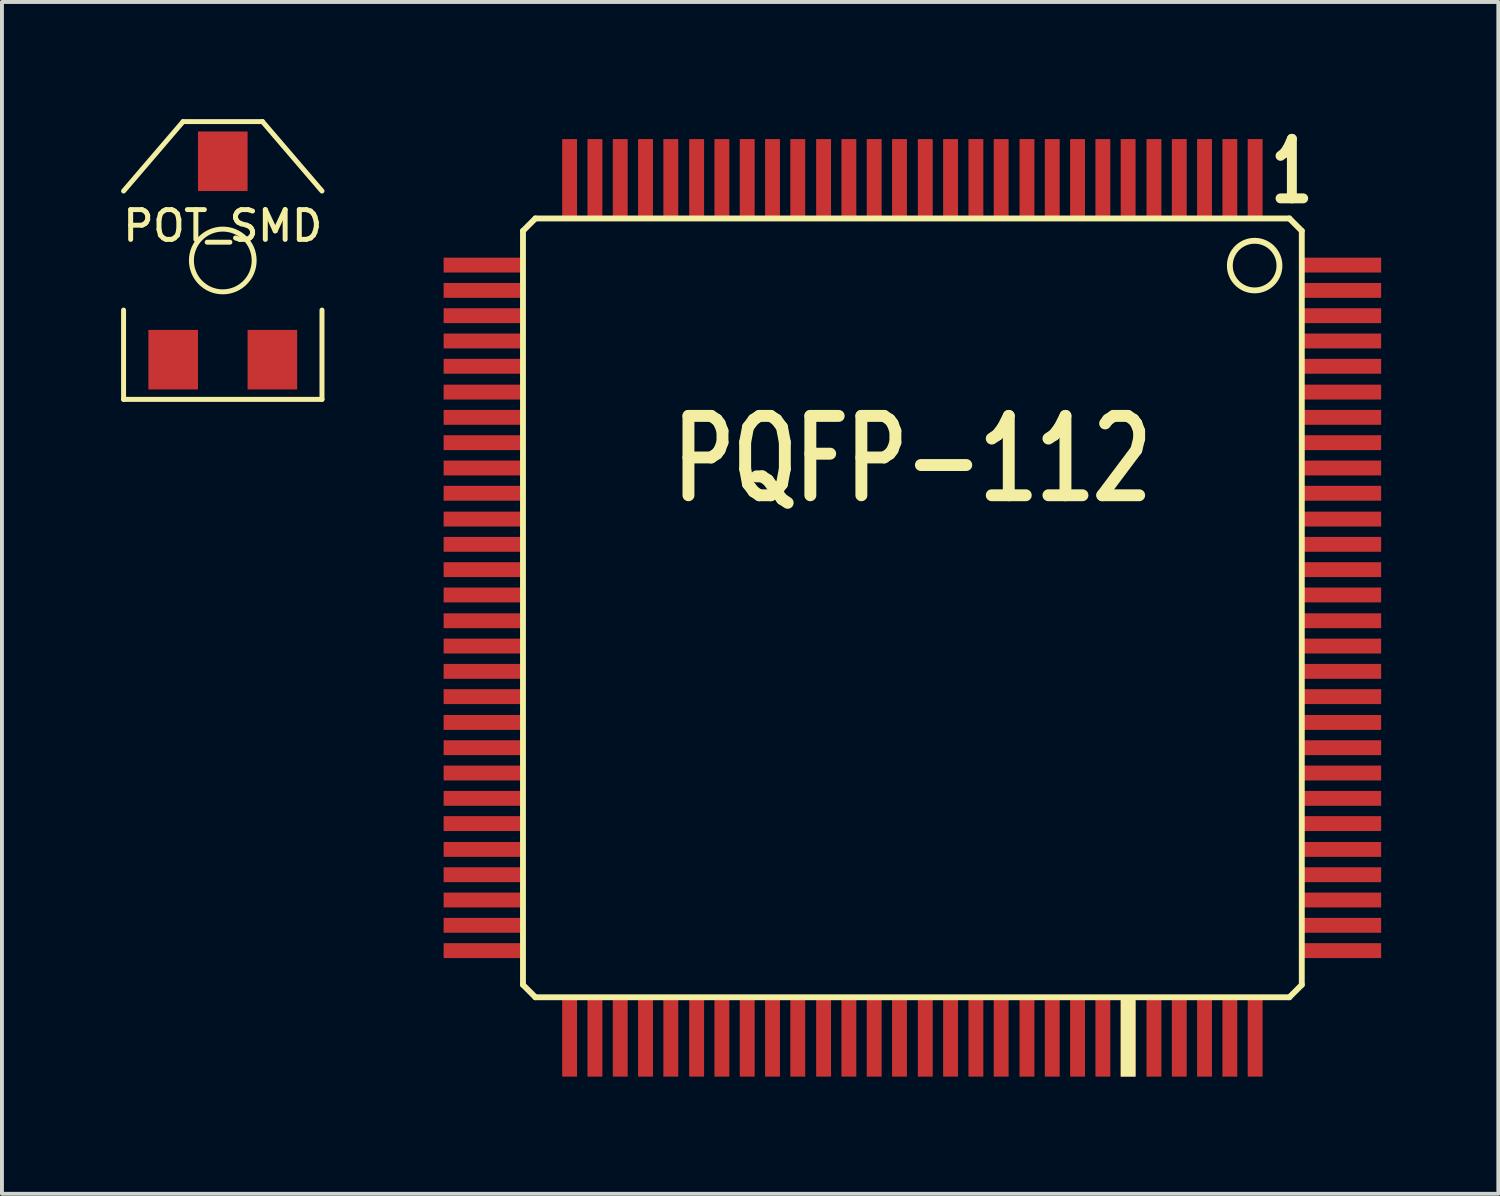
<source format=kicad_pcb>
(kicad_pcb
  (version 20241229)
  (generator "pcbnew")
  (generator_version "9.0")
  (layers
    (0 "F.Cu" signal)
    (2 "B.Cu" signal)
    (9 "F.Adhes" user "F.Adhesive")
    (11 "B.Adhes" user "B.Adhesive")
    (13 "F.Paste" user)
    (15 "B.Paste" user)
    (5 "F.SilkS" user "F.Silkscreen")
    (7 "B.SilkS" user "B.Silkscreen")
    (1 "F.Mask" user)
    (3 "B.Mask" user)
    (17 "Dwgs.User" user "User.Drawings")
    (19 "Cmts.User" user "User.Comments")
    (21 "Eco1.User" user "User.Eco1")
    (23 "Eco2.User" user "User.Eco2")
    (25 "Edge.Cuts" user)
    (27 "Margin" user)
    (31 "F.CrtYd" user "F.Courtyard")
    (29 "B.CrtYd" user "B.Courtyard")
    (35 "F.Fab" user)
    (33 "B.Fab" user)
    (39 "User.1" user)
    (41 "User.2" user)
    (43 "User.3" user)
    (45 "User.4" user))
  (footprint "PQFP-112"
    (layer "F.Cu")
    (at 20.31 12.513)
    (property "Reference" "PQFP-112" (at 0 -3.807 0) (layer "F.SilkS") (effects (font (size 2.032 1.524) (thickness 0.305))))
    (attr through_hole)
    (fp_line (start -9.97 -9.652) (end -9.97 9.652) (stroke (width 0.15) (type solid)) (layer "F.SilkS"))
    (fp_line (start -9.97 -9.652) (end -9.652 -9.97) (stroke (width 0.15) (type solid)) (layer "F.SilkS"))
    (fp_line (start -9.97 9.652) (end -9.652 9.97) (stroke (width 0.15) (type solid)) (layer "F.SilkS"))
    (fp_line (start -9.652 -9.97) (end 9.652 -9.97) (stroke (width 0.15) (type solid)) (layer "F.SilkS"))
    (fp_line (start 9.652 9.97) (end -9.652 9.97) (stroke (width 0.15) (type solid)) (layer "F.SilkS"))
    (fp_line (start 9.97 -9.652) (end 9.652 -9.97) (stroke (width 0.15) (type solid)) (layer "F.SilkS"))
    (fp_line (start 9.97 9.652) (end 9.652 9.97) (stroke (width 0.15) (type solid)) (layer "F.SilkS"))
    (fp_line (start 9.97 9.652) (end 9.97 -9.652) (stroke (width 0.15) (type solid)) (layer "F.SilkS"))
    (fp_circle (center 8.763 -8.763) (end 8.763 -8.128) (stroke (width 0.15) (type solid)) (fill no) (layer "F.SilkS"))
    (fp_text user "1" (at 9.716 -11.176 0) (layer "F.SilkS") (effects (font (size 1.524 1.016) (thickness 0.254))))
    (pad "1" smd rect (at 8.776 -10.986 90) (size 2.032 0.381) (layers "F.Cu" "F.Mask" "F.Paste"))
    (pad "2" smd rect (at 8.128 -10.986 90) (size 2.032 0.381) (layers "F.Cu" "F.Mask" "F.Paste"))
    (pad "3" smd rect (at 7.48 -10.986 90) (size 2.032 0.381) (layers "F.Cu" "F.Mask" "F.Paste"))
    (pad "4" smd rect (at 6.833 -10.986 90) (size 2.032 0.381) (layers "F.Cu" "F.Mask" "F.Paste"))
    (pad "5" smd rect (at 6.185 -10.986 90) (size 2.032 0.381) (layers "F.Cu" "F.Mask" "F.Paste"))
    (pad "6" smd rect (at 5.524 -10.986 90) (size 2.032 0.381) (layers "F.Cu" "F.Mask" "F.Paste"))
    (pad "7" smd rect (at 4.877 -10.986 90) (size 2.032 0.381) (layers "F.Cu" "F.Mask" "F.Paste"))
    (pad "8" smd rect (at 4.229 -10.986 90) (size 2.032 0.381) (layers "F.Cu" "F.Mask" "F.Paste"))
    (pad "9" smd rect (at 3.581 -10.986 90) (size 2.032 0.381) (layers "F.Cu" "F.Mask" "F.Paste"))
    (pad "10" smd rect (at 2.934 -10.986 90) (size 2.032 0.381) (layers "F.Cu" "F.Mask" "F.Paste"))
    (pad "11" smd rect (at 2.273 -10.986 90) (size 2.032 0.381) (layers "F.Cu" "F.Mask" "F.Paste"))
    (pad "12" smd rect (at 1.626 -10.986 90) (size 2.032 0.381) (layers "F.Cu" "F.Mask" "F.Paste"))
    (pad "13" smd rect (at 0.978 -10.986 90) (size 2.032 0.381) (layers "F.Cu" "F.Mask" "F.Paste"))
    (pad "14" smd rect (at 0.33 -10.986 90) (size 2.032 0.381) (layers "F.Cu" "F.Mask" "F.Paste"))
    (pad "15" smd rect (at -0.33 -10.986 90) (size 2.032 0.381) (layers "F.Cu" "F.Mask" "F.Paste"))
    (pad "16" smd rect (at -0.978 -10.986 90) (size 2.032 0.381) (layers "F.Cu" "F.Mask" "F.Paste"))
    (pad "17" smd rect (at -1.626 -10.986 90) (size 2.032 0.381) (layers "F.Cu" "F.Mask" "F.Paste"))
    (pad "18" smd rect (at -2.273 -10.986 90) (size 2.032 0.381) (layers "F.Cu" "F.Mask" "F.Paste"))
    (pad "19" smd rect (at -2.934 -10.986 90) (size 2.032 0.381) (layers "F.Cu" "F.Mask" "F.Paste"))
    (pad "20" smd rect (at -3.581 -10.986 90) (size 2.032 0.381) (layers "F.Cu" "F.Mask" "F.Paste"))
    (pad "21" smd rect (at -4.229 -10.986 90) (size 2.032 0.381) (layers "F.Cu" "F.Mask" "F.Paste"))
    (pad "22" smd rect (at -4.877 -10.986 90) (size 2.032 0.381) (layers "F.Cu" "F.Mask" "F.Paste"))
    (pad "23" smd rect (at -5.524 -10.986 90) (size 2.032 0.381) (layers "F.Cu" "F.Mask" "F.Paste"))
    (pad "24" smd rect (at -6.185 -10.986 90) (size 2.032 0.381) (layers "F.Cu" "F.Mask" "F.Paste"))
    (pad "25" smd rect (at -6.833 -10.986 90) (size 2.032 0.381) (layers "F.Cu" "F.Mask" "F.Paste"))
    (pad "26" smd rect (at -7.48 -10.986 90) (size 2.032 0.381) (layers "F.Cu" "F.Mask" "F.Paste"))
    (pad "27" smd rect (at -8.128 -10.986 90) (size 2.032 0.381) (layers "F.Cu" "F.Mask" "F.Paste"))
    (pad "28" smd rect (at -8.776 -10.986 90) (size 2.032 0.381) (layers "F.Cu" "F.Mask" "F.Paste"))
    (pad "29" smd rect (at -10.986 -8.776) (size 2.032 0.381) (layers "F.Cu" "F.Mask" "F.Paste"))
    (pad "30" smd rect (at -10.986 -8.128) (size 2.032 0.381) (layers "F.Cu" "F.Mask" "F.Paste"))
    (pad "31" smd rect (at -10.986 -7.48) (size 2.032 0.381) (layers "F.Cu" "F.Mask" "F.Paste"))
    (pad "32" smd rect (at -10.986 -6.833) (size 2.032 0.381) (layers "F.Cu" "F.Mask" "F.Paste"))
    (pad "33" smd rect (at -10.986 -6.185) (size 2.032 0.381) (layers "F.Cu" "F.Mask" "F.Paste"))
    (pad "34" smd rect (at -10.986 -5.524) (size 2.032 0.381) (layers "F.Cu" "F.Mask" "F.Paste"))
    (pad "35" smd rect (at -10.986 -4.877) (size 2.032 0.381) (layers "F.Cu" "F.Mask" "F.Paste"))
    (pad "36" smd rect (at -10.986 -4.229) (size 2.032 0.381) (layers "F.Cu" "F.Mask" "F.Paste"))
    (pad "37" smd rect (at -10.986 -3.581) (size 2.032 0.381) (layers "F.Cu" "F.Mask" "F.Paste"))
    (pad "38" smd rect (at -10.986 -2.934) (size 2.032 0.381) (layers "F.Cu" "F.Mask" "F.Paste"))
    (pad "39" smd rect (at -10.986 -2.273) (size 2.032 0.381) (layers "F.Cu" "F.Mask" "F.Paste"))
    (pad "40" smd rect (at -10.986 -1.626) (size 2.032 0.381) (layers "F.Cu" "F.Mask" "F.Paste"))
    (pad "41" smd rect (at -10.986 -0.978) (size 2.032 0.381) (layers "F.Cu" "F.Mask" "F.Paste"))
    (pad "42" smd rect (at -10.986 -0.33) (size 2.032 0.381) (layers "F.Cu" "F.Mask" "F.Paste"))
    (pad "43" smd rect (at -10.986 0.33) (size 2.032 0.381) (layers "F.Cu" "F.Mask" "F.Paste"))
    (pad "44" smd rect (at -10.986 0.978) (size 2.032 0.381) (layers "F.Cu" "F.Mask" "F.Paste"))
    (pad "45" smd rect (at -10.986 1.626) (size 2.032 0.381) (layers "F.Cu" "F.Mask" "F.Paste"))
    (pad "46" smd rect (at -10.986 2.273) (size 2.032 0.381) (layers "F.Cu" "F.Mask" "F.Paste"))
    (pad "47" smd rect (at -10.986 2.934) (size 2.032 0.381) (layers "F.Cu" "F.Mask" "F.Paste"))
    (pad "48" smd rect (at -10.986 3.581) (size 2.032 0.381) (layers "F.Cu" "F.Mask" "F.Paste"))
    (pad "49" smd rect (at -10.986 4.229) (size 2.032 0.381) (layers "F.Cu" "F.Mask" "F.Paste"))
    (pad "50" smd rect (at -10.986 4.877) (size 2.032 0.381) (layers "F.Cu" "F.Mask" "F.Paste"))
    (pad "51" smd rect (at -10.986 5.524) (size 2.032 0.381) (layers "F.Cu" "F.Mask" "F.Paste"))
    (pad "52" smd rect (at -10.986 6.185) (size 2.032 0.381) (layers "F.Cu" "F.Mask" "F.Paste"))
    (pad "53" smd rect (at -10.986 6.833) (size 2.032 0.381) (layers "F.Cu" "F.Mask" "F.Paste"))
    (pad "54" smd rect (at -10.986 7.48) (size 2.032 0.381) (layers "F.Cu" "F.Mask" "F.Paste"))
    (pad "55" smd rect (at -10.986 8.128) (size 2.032 0.381) (layers "F.Cu" "F.Mask" "F.Paste"))
    (pad "56" smd rect (at -10.986 8.776) (size 2.032 0.381) (layers "F.Cu" "F.Mask" "F.Paste"))
    (pad "57" smd rect (at -8.776 10.986 90) (size 2.032 0.381) (layers "F.Cu" "F.Mask" "F.Paste"))
    (pad "58" smd rect (at -8.128 10.986 90) (size 2.032 0.381) (layers "F.Cu" "F.Mask" "F.Paste"))
    (pad "59" smd rect (at -7.48 10.986 90) (size 2.032 0.381) (layers "F.Cu" "F.Mask" "F.Paste"))
    (pad "60" smd rect (at -6.833 10.986 90) (size 2.032 0.381) (layers "F.Cu" "F.Mask" "F.Paste"))
    (pad "61" smd rect (at -6.185 10.986 90) (size 2.032 0.381) (layers "F.Cu" "F.Mask" "F.Paste"))
    (pad "62" smd rect (at -5.524 10.986 90) (size 2.032 0.381) (layers "F.Cu" "F.Mask" "F.Paste"))
    (pad "63" smd rect (at -4.877 10.986 90) (size 2.032 0.381) (layers "F.Cu" "F.Mask" "F.Paste"))
    (pad "64" smd rect (at -4.229 10.986 90) (size 2.032 0.381) (layers "F.Cu" "F.Mask" "F.Paste"))
    (pad "65" smd rect (at -3.581 10.986 90) (size 2.032 0.381) (layers "F.Cu" "F.Mask" "F.Paste"))
    (pad "66" smd rect (at -2.934 10.986 90) (size 2.032 0.381) (layers "F.Cu" "F.Mask" "F.Paste"))
    (pad "67" smd rect (at -2.273 10.986 90) (size 2.032 0.381) (layers "F.Cu" "F.Mask" "F.Paste"))
    (pad "68" smd rect (at -1.626 10.986 90) (size 2.032 0.381) (layers "F.Cu" "F.Mask" "F.Paste"))
    (pad "69" smd rect (at -0.978 10.986 90) (size 2.032 0.381) (layers "F.Cu" "F.Mask" "F.Paste"))
    (pad "70" smd rect (at -0.33 10.986 90) (size 2.032 0.381) (layers "F.Cu" "F.Mask" "F.Paste"))
    (pad "71" smd rect (at 0.33 10.986 90) (size 2.032 0.381) (layers "F.Cu" "F.Mask" "F.Paste"))
    (pad "72" smd rect (at 0.978 10.986 90) (size 2.032 0.381) (layers "F.Cu" "F.Mask" "F.Paste"))
    (pad "73" smd rect (at 1.626 10.986 90) (size 2.032 0.381) (layers "F.Cu" "F.Mask" "F.Paste"))
    (pad "74" smd rect (at 2.273 10.986 90) (size 2.032 0.381) (layers "F.Cu" "F.Mask" "F.Paste"))
    (pad "75" smd rect (at 2.934 10.986 90) (size 2.032 0.381) (layers "F.Cu" "F.Mask" "F.Paste"))
    (pad "76" smd rect (at 3.581 10.986 90) (size 2.032 0.381) (layers "F.Cu" "F.Mask" "F.Paste"))
    (pad "77" smd rect (at 4.229 10.986 90) (size 2.032 0.381) (layers "F.Cu" "F.Mask" "F.Paste"))
    (pad "78" smd rect (at 4.877 10.986 90) (size 2.032 0.381) (layers "F.Cu" "F.Mask" "F.Paste"))
    (pad "79" smd rect (at 5.524 10.986 90) (size 2.032 0.381) (layers "F.Cu" "F.Mask" "F.SilkS" "F.Paste"))
    (pad "80" smd rect (at 6.185 10.986 90) (size 2.032 0.381) (layers "F.Cu" "F.Mask" "F.Paste"))
    (pad "81" smd rect (at 6.833 10.986 90) (size 2.032 0.381) (layers "F.Cu" "F.Mask" "F.Paste"))
    (pad "82" smd rect (at 7.48 10.986 90) (size 2.032 0.381) (layers "F.Cu" "F.Mask" "F.Paste"))
    (pad "83" smd rect (at 8.128 10.986 90) (size 2.032 0.381) (layers "F.Cu" "F.Mask" "F.Paste"))
    (pad "84" smd rect (at 8.776 10.986 90) (size 2.032 0.381) (layers "F.Cu" "F.Mask" "F.Paste"))
    (pad "85" smd rect (at 10.986 8.776) (size 2.032 0.381) (layers "F.Cu" "F.Mask" "F.Paste"))
    (pad "86" smd rect (at 10.986 8.128) (size 2.032 0.381) (layers "F.Cu" "F.Mask" "F.Paste"))
    (pad "87" smd rect (at 10.986 7.48) (size 2.032 0.381) (layers "F.Cu" "F.Mask" "F.Paste"))
    (pad "88" smd rect (at 10.986 6.833) (size 2.032 0.381) (layers "F.Cu" "F.Mask" "F.Paste"))
    (pad "89" smd rect (at 10.986 6.185) (size 2.032 0.381) (layers "F.Cu" "F.Mask" "F.Paste"))
    (pad "90" smd rect (at 10.986 5.524) (size 2.032 0.381) (layers "F.Cu" "F.Mask" "F.Paste"))
    (pad "91" smd rect (at 10.986 4.877) (size 2.032 0.381) (layers "F.Cu" "F.Mask" "F.Paste"))
    (pad "92" smd rect (at 10.986 4.229) (size 2.032 0.381) (layers "F.Cu" "F.Mask" "F.Paste"))
    (pad "93" smd rect (at 10.986 3.581) (size 2.032 0.381) (layers "F.Cu" "F.Mask" "F.Paste"))
    (pad "94" smd rect (at 10.986 2.934) (size 2.032 0.381) (layers "F.Cu" "F.Mask" "F.Paste"))
    (pad "95" smd rect (at 10.986 2.273) (size 2.032 0.381) (layers "F.Cu" "F.Mask" "F.Paste"))
    (pad "96" smd rect (at 10.986 1.626) (size 2.032 0.381) (layers "F.Cu" "F.Mask" "F.Paste"))
    (pad "97" smd rect (at 10.986 0.978) (size 2.032 0.381) (layers "F.Cu" "F.Mask" "F.Paste"))
    (pad "98" smd rect (at 10.986 0.33) (size 2.032 0.381) (layers "F.Cu" "F.Mask" "F.Paste"))
    (pad "99" smd rect (at 10.986 -0.33) (size 2.032 0.381) (layers "F.Cu" "F.Mask" "F.Paste"))
    (pad "100" smd rect (at 10.986 -0.978) (size 2.032 0.381) (layers "F.Cu" "F.Mask" "F.Paste"))
    (pad "101" smd rect (at 10.986 -1.626) (size 2.032 0.381) (layers "F.Cu" "F.Mask" "F.Paste"))
    (pad "102" smd rect (at 10.986 -2.273) (size 2.032 0.381) (layers "F.Cu" "F.Mask" "F.Paste"))
    (pad "103" smd rect (at 10.986 -2.934) (size 2.032 0.381) (layers "F.Cu" "F.Mask" "F.Paste"))
    (pad "104" smd rect (at 10.986 -3.581) (size 2.032 0.381) (layers "F.Cu" "F.Mask" "F.Paste"))
    (pad "105" smd rect (at 10.986 -4.229) (size 2.032 0.381) (layers "F.Cu" "F.Mask" "F.Paste"))
    (pad "106" smd rect (at 10.986 -4.877) (size 2.032 0.381) (layers "F.Cu" "F.Mask" "F.Paste"))
    (pad "107" smd rect (at 10.986 -5.524) (size 2.032 0.381) (layers "F.Cu" "F.Mask" "F.Paste"))
    (pad "108" smd rect (at 10.986 -6.185) (size 2.032 0.381) (layers "F.Cu" "F.Mask" "F.Paste"))
    (pad "109" smd rect (at 10.986 -6.833) (size 2.032 0.381) (layers "F.Cu" "F.Mask" "F.Paste"))
    (pad "110" smd rect (at 10.986 -7.48) (size 2.032 0.381) (layers "F.Cu" "F.Mask" "F.Paste"))
    (pad "111" smd rect (at 10.986 -8.128) (size 2.032 0.381) (layers "F.Cu" "F.Mask" "F.Paste"))
    (pad "112" smd rect (at 10.986 -8.776) (size 2.032 0.381) (layers "F.Cu" "F.Mask" "F.Paste")))
  (footprint "POT_SMD"
    (layer "F.Cu")
    (at 2.654 3.619)
    (property "Reference" "POT_SMD" (at 0 -0.886 0) (layer "F.SilkS") (effects (font (size 0.762 0.762) (thickness 0.127))))
    (attr smd)
    (fp_line (start -2.54 -1.778) (end -1.016 -3.556) (stroke (width 0.127) (type solid)) (layer "F.SilkS"))
    (fp_line (start -2.54 1.27) (end -2.54 3.556) (stroke (width 0.127) (type solid)) (layer "F.SilkS"))
    (fp_line (start -2.54 3.556) (end 2.54 3.556) (stroke (width 0.127) (type solid)) (layer "F.SilkS"))
    (fp_line (start -1.016 -3.556) (end 1.016 -3.556) (stroke (width 0.127) (type solid)) (layer "F.SilkS"))
    (fp_line (start 1.016 -3.556) (end 2.54 -1.778) (stroke (width 0.127) (type solid)) (layer "F.SilkS"))
    (fp_line (start 2.54 3.556) (end 2.54 1.27) (stroke (width 0.127) (type solid)) (layer "F.SilkS"))
    (fp_circle (center 0 0) (end 0.254 -0.762) (stroke (width 0.127) (type solid)) (fill no) (layer "F.SilkS"))
    (pad "1" smd rect (at -1.27 2.54) (size 1.27 1.524) (layers "F.Cu" "F.Mask" "F.Paste"))
    (pad "2" smd rect (at 0 -2.54) (size 1.27 1.524) (layers "F.Cu" "F.Mask" "F.Paste"))
    (pad "3" smd rect (at 1.27 2.54) (size 1.27 1.524) (layers "F.Cu" "F.Mask" "F.Paste")))
  (gr_rect
    (start -3 -3)
    (end 35.312 27.515)
    (stroke (width 0.1) (type default))
    (fill no)
    (layer "Edge.Cuts")))
</source>
